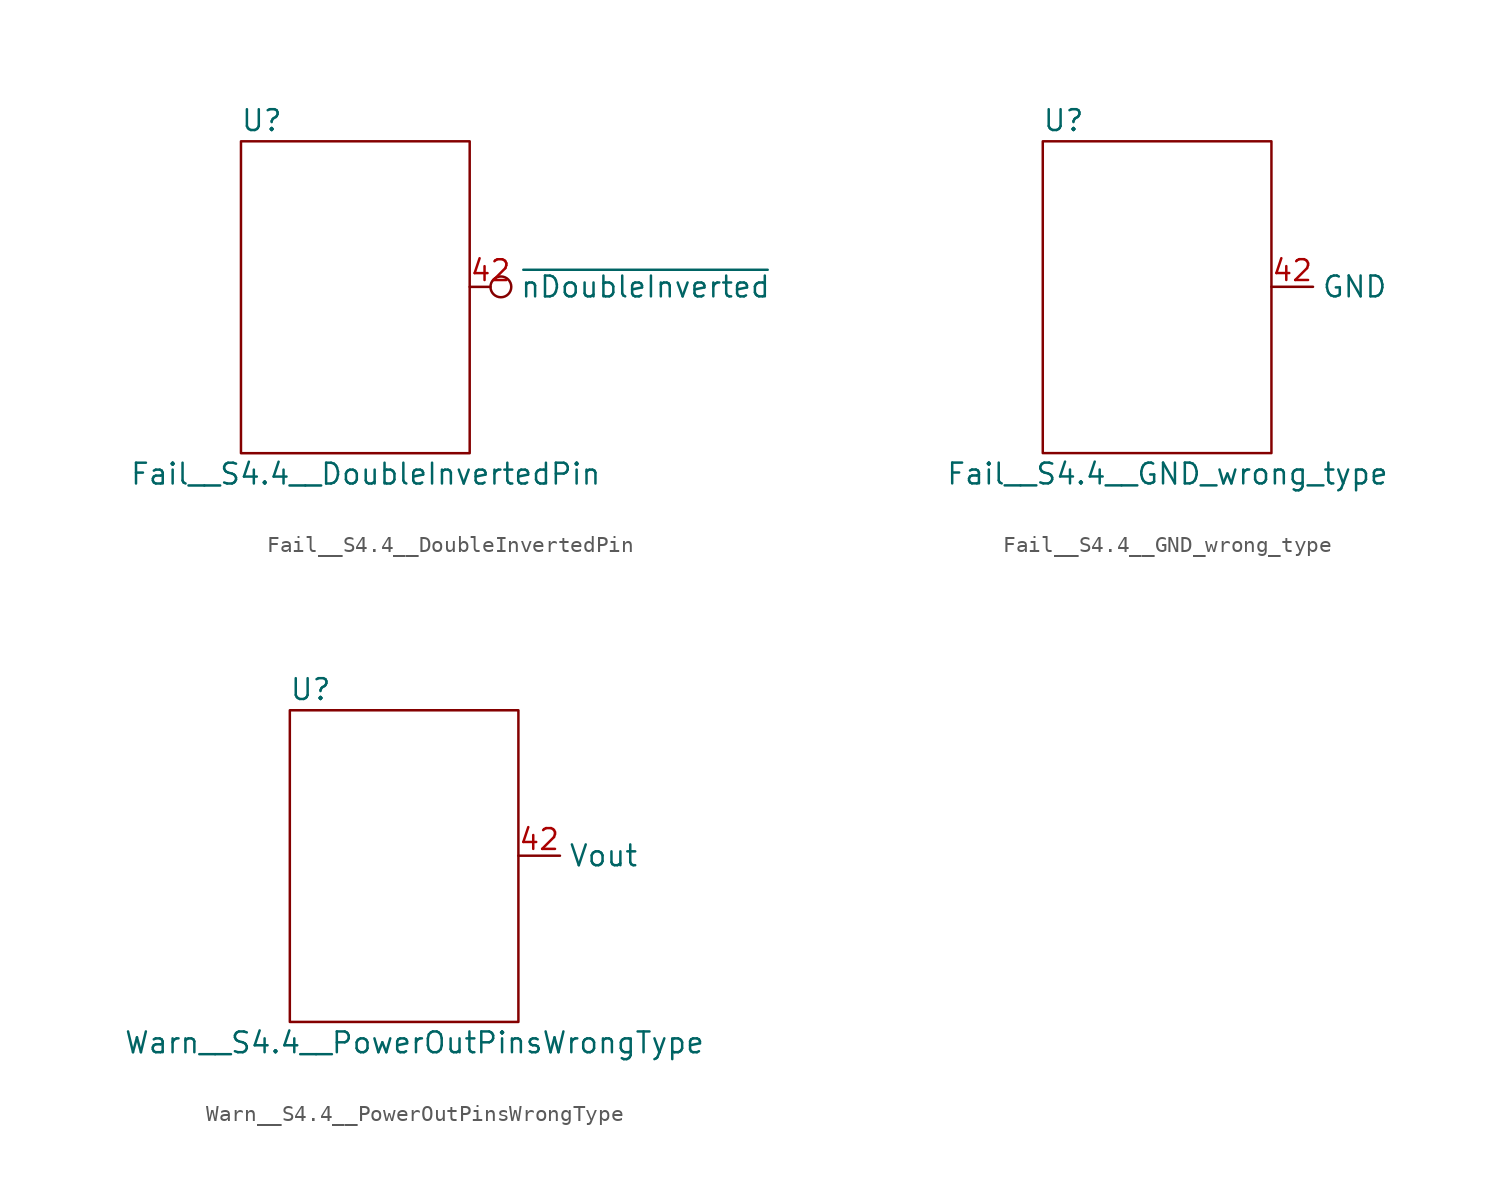
<source format=kicad_sym>
(kicad_symbol_lib
  (version 20211014)
  (generator kicad_symbol_editor)
  (symbol "Fail__S4.4__DoubleInvertedPin"
    (property "Reference" "U"
      (at -6.35 11.43 0)
      (effects (font (size 1.27 1.27))))
    (property "Value" "Fail__S4.4__DoubleInvertedPin"
      (at 0 -10.16 0)
      (effects (font (size 1.27 1.27))))
    (symbol "Fail__S4.4__DoubleInvertedPin_0_1"
      (rectangle (start -7.62 10.16) (end 6.35 -8.89) (stroke (width 0.152) (type default) (color 0 0 0 0)) (fill (type none))))
    (symbol "Fail__S4.4__DoubleInvertedPin_1_1"
      (pin passive inverted (at 6.35 1.27 0) (length 2.54) (name "~{nDoubleInverted}" (effects (font (size 1.27 1.27)))) (number "42" (effects (font (size 1.27 1.27)))))))
  (symbol "Fail__S4.4__GND_wrong_type"
    (property "Reference" "U"
      (at -6.35 11.43 0)
      (effects (font (size 1.27 1.27))))
    (property "Value" "Fail__S4.4__GND_wrong_type"
      (at 0 -10.16 0)
      (effects (font (size 1.27 1.27))))
    (symbol "Fail__S4.4__GND_wrong_type_0_1"
      (rectangle (start -7.62 10.16) (end 6.35 -8.89) (stroke (width 0.152) (type default) (color 0 0 0 0)) (fill (type none))))
    (symbol "Fail__S4.4__GND_wrong_type_1_1"
      (pin passive line (at 6.35 1.27 0) (length 2.54) (name "GND" (effects (font (size 1.27 1.27)))) (number "42" (effects (font (size 1.27 1.27)))))))
  (symbol "Warn__S4.4__PowerOutPinsWrongType"
    (property "Reference" "U"
      (at -6.35 11.43 0)
      (effects (font (size 1.27 1.27))))
    (property "Value" "Warn__S4.4__PowerOutPinsWrongType"
      (at 0 -10.16 0)
      (effects (font (size 1.27 1.27))))
    (symbol "Warn__S4.4__PowerOutPinsWrongType_0_1"
      (rectangle (start -7.62 10.16) (end 6.35 -8.89) (stroke (width 0.152) (type default) (color 0 0 0 0)) (fill (type none))))
    (symbol "Warn__S4.4__PowerOutPinsWrongType_1_1"
      (pin passive line (at 6.35 1.27 0) (length 2.54) (name "Vout" (effects (font (size 1.27 1.27)))) (number "42" (effects (font (size 1.27 1.27))))))))
</source>
